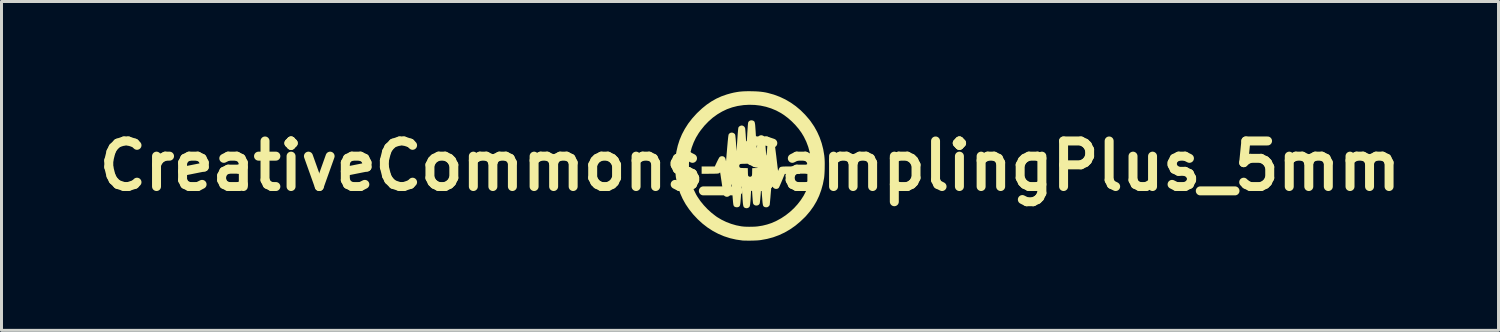
<source format=kicad_pcb>
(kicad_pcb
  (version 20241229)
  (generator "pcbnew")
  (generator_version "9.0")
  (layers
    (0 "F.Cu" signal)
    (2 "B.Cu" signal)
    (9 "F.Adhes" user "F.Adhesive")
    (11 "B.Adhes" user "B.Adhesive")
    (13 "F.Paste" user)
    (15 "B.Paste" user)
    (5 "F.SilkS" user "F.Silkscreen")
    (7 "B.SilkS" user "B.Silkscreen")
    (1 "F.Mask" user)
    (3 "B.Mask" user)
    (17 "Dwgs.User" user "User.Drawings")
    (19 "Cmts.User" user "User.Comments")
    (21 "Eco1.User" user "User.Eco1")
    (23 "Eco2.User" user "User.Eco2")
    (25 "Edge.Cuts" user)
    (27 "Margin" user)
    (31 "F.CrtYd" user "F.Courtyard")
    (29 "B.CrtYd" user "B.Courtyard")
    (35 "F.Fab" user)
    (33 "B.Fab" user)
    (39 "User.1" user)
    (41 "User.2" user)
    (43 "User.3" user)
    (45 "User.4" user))
  (footprint "CreativeCommons_SamplingPlus_5mm"
    (layer "F.Cu")
    (at 22.033 2.499)
    (property "Reference" "CreativeCommons_SamplingPlus_5mm" (at 0 0 0) (layer "F.SilkS") (effects (font (size 1.524 1.524) (thickness 0.3))))
    (attr board_only exclude_from_pos_files exclude_from_bom)
    (fp_poly (pts (xy 0.072 -2.497) (xy 0.181 -2.494) (xy 0.275 -2.489) (xy 0.36 -2.481) (xy 0.439 -2.471) (xy 0.517 -2.458) (xy 0.595 -2.441) (xy 0.797 -2.385) (xy 0.992 -2.312) (xy 1.179 -2.224) (xy 1.358 -2.119) (xy 1.529 -1.999) (xy 1.69 -1.864) (xy 1.841 -1.714) (xy 1.983 -1.55) (xy 2.028 -1.491) (xy 2.144 -1.321) (xy 2.244 -1.142) (xy 2.328 -0.956) (xy 2.396 -0.761) (xy 2.448 -0.56) (xy 2.483 -0.352) (xy 2.491 -0.271) (xy 2.495 -0.214) (xy 2.498 -0.143) (xy 2.499 -0.064) (xy 2.498 0.02) (xy 2.497 0.105) (xy 2.494 0.189) (xy 2.49 0.266) (xy 2.485 0.334) (xy 2.479 0.388) (xy 2.478 0.4) (xy 2.437 0.61) (xy 2.381 0.809) (xy 2.312 0.998) (xy 2.227 1.178) (xy 2.127 1.348) (xy 2.011 1.511) (xy 1.879 1.667) (xy 1.842 1.707) (xy 1.681 1.861) (xy 1.514 2) (xy 1.339 2.122) (xy 1.158 2.227) (xy 0.969 2.315) (xy 0.774 2.387) (xy 0.571 2.441) (xy 0.362 2.479) (xy 0.305 2.486) (xy 0.262 2.49) (xy 0.206 2.493) (xy 0.14 2.496) (xy 0.069 2.498) (xy -0.005 2.499) (xy -0.077 2.499) (xy -0.143 2.498) (xy -0.2 2.497) (xy -0.244 2.495) (xy -0.255 2.494) (xy -0.467 2.463) (xy -0.672 2.416) (xy -0.87 2.352) (xy -1.061 2.271) (xy -1.244 2.174) (xy -1.42 2.06) (xy -1.588 1.93) (xy -1.748 1.784) (xy -1.901 1.621) (xy -1.907 1.614) (xy -2.038 1.449) (xy -2.153 1.28) (xy -2.251 1.104) (xy -2.333 0.922) (xy -2.399 0.73) (xy -2.451 0.53) (xy -2.478 0.386) (xy -2.484 0.339) (xy -2.489 0.276) (xy -2.493 0.204) (xy -2.496 0.124) (xy -2.498 0.041) (xy -2.499 -0.042) (xy -2.498 -0.083) (xy -2.042 -0.083) (xy -2.042 0.097) (xy -2.026 0.276) (xy -1.994 0.453) (xy -1.946 0.626) (xy -1.882 0.794) (xy -1.803 0.955) (xy -1.755 1.036) (xy -1.657 1.179) (xy -1.543 1.318) (xy -1.418 1.45) (xy -1.284 1.571) (xy -1.145 1.679) (xy -1.1 1.711) (xy -0.954 1.798) (xy -0.797 1.874) (xy -0.632 1.937) (xy -0.464 1.986) (xy -0.295 2.019) (xy -0.236 2.026) (xy -0.178 2.031) (xy -0.107 2.034) (xy -0.029 2.035) (xy 0.052 2.034) (xy 0.131 2.032) (xy 0.202 2.028) (xy 0.259 2.022) (xy 0.261 2.022) (xy 0.422 1.996) (xy 0.571 1.959) (xy 0.714 1.912) (xy 0.856 1.851) (xy 0.886 1.836) (xy 1.043 1.75) (xy 1.194 1.65) (xy 1.336 1.538) (xy 1.468 1.416) (xy 1.588 1.285) (xy 1.696 1.146) (xy 1.79 1.002) (xy 1.867 0.854) (xy 1.9 0.777) (xy 1.953 0.627) (xy 1.995 0.468) (xy 2.026 0.299) (xy 2.029 0.277) (xy 2.033 0.232) (xy 2.037 0.173) (xy 2.039 0.105) (xy 2.04 0.03) (xy 2.04 -0.046) (xy 2.038 -0.12) (xy 2.036 -0.187) (xy 2.032 -0.243) (xy 2.029 -0.273) (xy 1.996 -0.457) (xy 1.947 -0.637) (xy 1.882 -0.81) (xy 1.802 -0.974) (xy 1.721 -1.109) (xy 1.627 -1.239) (xy 1.518 -1.366) (xy 1.399 -1.487) (xy 1.273 -1.599) (xy 1.142 -1.698) (xy 1.036 -1.767) (xy 0.876 -1.853) (xy 0.708 -1.923) (xy 0.533 -1.978) (xy 0.351 -2.017) (xy 0.166 -2.039) (xy -0.022 -2.045) (xy -0.211 -2.035) (xy -0.399 -2.007) (xy -0.418 -2.004) (xy -0.596 -1.959) (xy -0.768 -1.898) (xy -0.933 -1.819) (xy -1.092 -1.725) (xy -1.244 -1.615) (xy -1.387 -1.489) (xy -1.522 -1.349) (xy -1.647 -1.194) (xy -1.714 -1.1) (xy -1.808 -0.945) (xy -1.886 -0.782) (xy -1.949 -0.614) (xy -1.996 -0.44) (xy -2.027 -0.263) (xy -2.042 -0.083) (xy -2.498 -0.083) (xy -2.498 -0.121) (xy -2.496 -0.192) (xy -2.493 -0.251) (xy -2.491 -0.27) (xy -2.462 -0.478) (xy -2.416 -0.679) (xy -2.354 -0.873) (xy -2.275 -1.06) (xy -2.179 -1.24) (xy -2.067 -1.415) (xy -1.937 -1.584) (xy -1.79 -1.747) (xy -1.755 -1.782) (xy -1.603 -1.924) (xy -1.449 -2.049) (xy -1.29 -2.157) (xy -1.126 -2.25) (xy -0.954 -2.328) (xy -0.774 -2.391) (xy -0.645 -2.427) (xy -0.545 -2.451) (xy -0.449 -2.469) (xy -0.355 -2.483) (xy -0.258 -2.492) (xy -0.153 -2.497) (xy -0.039 -2.499)) (stroke (width 0) (type solid)) (fill yes) (layer "F.SilkS"))
    (fp_poly (pts (xy 0.082 -1.521) (xy 0.108 -1.511) (xy 0.122 -1.504) (xy 0.133 -1.496) (xy 0.143 -1.486) (xy 0.151 -1.473) (xy 0.157 -1.454) (xy 0.163 -1.428) (xy 0.169 -1.394) (xy 0.174 -1.35) (xy 0.178 -1.294) (xy 0.183 -1.225) (xy 0.189 -1.142) (xy 0.195 -1.042) (xy 0.197 -1.012) (xy 0.202 -0.927) (xy 0.207 -0.847) (xy 0.212 -0.776) (xy 0.216 -0.714) (xy 0.22 -0.663) (xy 0.223 -0.626) (xy 0.226 -0.603) (xy 0.227 -0.597) (xy 0.229 -0.607) (xy 0.232 -0.632) (xy 0.237 -0.67) (xy 0.241 -0.717) (xy 0.246 -0.771) (xy 0.246 -0.776) (xy 0.252 -0.844) (xy 0.258 -0.896) (xy 0.264 -0.935) (xy 0.272 -0.964) (xy 0.282 -0.984) (xy 0.295 -0.999) (xy 0.312 -1.01) (xy 0.319 -1.014) (xy 0.36 -1.026) (xy 0.402 -1.024) (xy 0.442 -1.009) (xy 0.474 -0.983) (xy 0.485 -0.966) (xy 0.49 -0.948) (xy 0.496 -0.912) (xy 0.502 -0.858) (xy 0.509 -0.786) (xy 0.516 -0.696) (xy 0.517 -0.682) (xy 0.524 -0.585) (xy 0.53 -0.506) (xy 0.535 -0.443) (xy 0.54 -0.397) (xy 0.543 -0.367) (xy 0.546 -0.352) (xy 0.549 -0.352) (xy 0.553 -0.365) (xy 0.556 -0.393) (xy 0.56 -0.433) (xy 0.564 -0.485) (xy 0.569 -0.54) (xy 0.575 -0.616) (xy 0.581 -0.677) (xy 0.587 -0.724) (xy 0.593 -0.759) (xy 0.6 -0.785) (xy 0.609 -0.803) (xy 0.621 -0.817) (xy 0.635 -0.828) (xy 0.653 -0.838) (xy 0.655 -0.839) (xy 0.696 -0.851) (xy 0.738 -0.849) (xy 0.776 -0.832) (xy 0.806 -0.804) (xy 0.813 -0.793) (xy 0.817 -0.778) (xy 0.822 -0.746) (xy 0.83 -0.699) (xy 0.839 -0.638) (xy 0.848 -0.564) (xy 0.859 -0.478) (xy 0.871 -0.381) (xy 0.877 -0.336) (xy 0.887 -0.248) (xy 0.897 -0.165) (xy 0.906 -0.088) (xy 0.914 -0.02) (xy 0.921 0.039) (xy 0.927 0.084) (xy 0.931 0.116) (xy 0.933 0.131) (xy 0.939 0.167) (xy 0.958 0.121) (xy 0.969 0.095) (xy 0.979 0.074) (xy 0.991 0.058) (xy 1.005 0.044) (xy 1.024 0.035) (xy 1.05 0.028) (xy 1.084 0.023) (xy 1.129 0.02) (xy 1.186 0.019) (xy 1.258 0.018) (xy 1.345 0.018) (xy 1.363 0.018) (xy 1.673 0.018) (xy 1.673 0.263) (xy 1.163 0.268) (xy 1.069 0.493) (xy 1.044 0.554) (xy 1.019 0.61) (xy 0.998 0.659) (xy 0.98 0.697) (xy 0.966 0.724) (xy 0.959 0.736) (xy 0.927 0.759) (xy 0.887 0.769) (xy 0.845 0.766) (xy 0.805 0.75) (xy 0.791 0.74) (xy 0.774 0.721) (xy 0.761 0.697) (xy 0.752 0.665) (xy 0.745 0.619) (xy 0.74 0.579) (xy 0.737 0.546) (xy 0.734 0.523) (xy 0.731 0.512) (xy 0.731 0.512) (xy 0.729 0.521) (xy 0.726 0.547) (xy 0.722 0.587) (xy 0.718 0.64) (xy 0.712 0.703) (xy 0.706 0.775) (xy 0.699 0.854) (xy 0.695 0.9) (xy 0.688 0.982) (xy 0.682 1.06) (xy 0.675 1.13) (xy 0.67 1.191) (xy 0.665 1.242) (xy 0.661 1.279) (xy 0.659 1.301) (xy 0.658 1.306) (xy 0.645 1.329) (xy 0.622 1.354) (xy 0.594 1.373) (xy 0.568 1.383) (xy 0.566 1.383) (xy 0.522 1.382) (xy 0.492 1.376) (xy 0.475 1.367) (xy 0.462 1.359) (xy 0.452 1.349) (xy 0.443 1.337) (xy 0.436 1.32) (xy 0.43 1.297) (xy 0.425 1.266) (xy 0.419 1.224) (xy 0.414 1.17) (xy 0.409 1.102) (xy 0.402 1.019) (xy 0.4 0.997) (xy 0.377 0.686) (xy 0.356 0.959) (xy 0.349 1.034) (xy 0.343 1.102) (xy 0.337 1.161) (xy 0.332 1.209) (xy 0.327 1.242) (xy 0.323 1.261) (xy 0.322 1.261) (xy 0.3 1.294) (xy 0.268 1.315) (xy 0.23 1.325) (xy 0.19 1.324) (xy 0.153 1.312) (xy 0.122 1.288) (xy 0.105 1.261) (xy 0.101 1.243) (xy 0.096 1.209) (xy 0.091 1.158) (xy 0.086 1.093) (xy 0.08 1.015) (xy 0.074 0.925) (xy 0.073 0.914) (xy 0.069 0.84) (xy 0.064 0.772) (xy 0.06 0.712) (xy 0.057 0.662) (xy 0.054 0.624) (xy 0.052 0.601) (xy 0.051 0.594) (xy 0.05 0.602) (xy 0.049 0.627) (xy 0.046 0.666) (xy 0.043 0.717) (xy 0.039 0.779) (xy 0.034 0.849) (xy 0.03 0.926) (xy 0.028 0.953) (xy 0.023 1.049) (xy 0.018 1.129) (xy 0.013 1.194) (xy 0.008 1.246) (xy 0.004 1.287) (xy -0.002 1.319) (xy -0.008 1.342) (xy -0.015 1.36) (xy -0.023 1.373) (xy -0.034 1.383) (xy -0.046 1.393) (xy -0.046 1.393) (xy -0.085 1.411) (xy -0.128 1.415) (xy -0.169 1.404) (xy -0.172 1.402) (xy -0.187 1.393) (xy -0.2 1.383) (xy -0.21 1.371) (xy -0.218 1.354) (xy -0.225 1.332) (xy -0.231 1.301) (xy -0.237 1.26) (xy -0.242 1.208) (xy -0.247 1.142) (xy -0.252 1.061) (xy -0.256 0.998) (xy -0.261 0.923) (xy -0.265 0.855) (xy -0.269 0.795) (xy -0.273 0.745) (xy -0.276 0.707) (xy -0.278 0.684) (xy -0.279 0.676) (xy -0.281 0.686) (xy -0.283 0.711) (xy -0.286 0.751) (xy -0.29 0.802) (xy -0.294 0.863) (xy -0.299 0.932) (xy -0.303 0.994) (xy -0.309 1.082) (xy -0.315 1.153) (xy -0.319 1.21) (xy -0.324 1.255) (xy -0.329 1.289) (xy -0.335 1.314) (xy -0.341 1.333) (xy -0.35 1.346) (xy -0.359 1.356) (xy -0.371 1.365) (xy -0.377 1.369) (xy -0.407 1.38) (xy -0.445 1.383) (xy -0.483 1.378) (xy -0.507 1.368) (xy -0.521 1.36) (xy -0.532 1.351) (xy -0.541 1.34) (xy -0.548 1.324) (xy -0.555 1.303) (xy -0.56 1.274) (xy -0.565 1.236) (xy -0.57 1.187) (xy -0.575 1.124) (xy -0.581 1.047) (xy -0.588 0.958) (xy -0.593 0.881) (xy -0.599 0.809) (xy -0.604 0.745) (xy -0.608 0.691) (xy -0.612 0.648) (xy -0.615 0.62) (xy -0.618 0.607) (xy -0.618 0.607) (xy -0.62 0.613) (xy -0.624 0.635) (xy -0.628 0.67) (xy -0.633 0.714) (xy -0.638 0.767) (xy -0.638 0.771) (xy -0.643 0.832) (xy -0.649 0.885) (xy -0.655 0.928) (xy -0.661 0.957) (xy -0.665 0.968) (xy -0.69 1.002) (xy -0.725 1.024) (xy -0.764 1.033) (xy -0.805 1.029) (xy -0.841 1.013) (xy -0.871 0.983) (xy -0.874 0.977) (xy -0.88 0.96) (xy -0.888 0.929) (xy -0.897 0.881) (xy -0.908 0.817) (xy -0.921 0.736) (xy -0.936 0.638) (xy -0.941 0.604) (xy -0.952 0.526) (xy -0.963 0.454) (xy -0.973 0.388) (xy -0.981 0.332) (xy -0.988 0.287) (xy -0.993 0.255) (xy -0.996 0.239) (xy -0.996 0.239) (xy -1 0.218) (xy -1.028 0.239) (xy -1.037 0.244) (xy -1.045 0.249) (xy -1.057 0.252) (xy -1.074 0.255) (xy -1.097 0.257) (xy -1.129 0.259) (xy -1.173 0.26) (xy -1.229 0.261) (xy -1.301 0.261) (xy -1.337 0.262) (xy -1.618 0.264) (xy -1.618 0.018) (xy -1.398 0.018) (xy -1.177 0.018) (xy -1.162 -0.015) (xy -0.361 -0.015) (xy -0.36 0.019) (xy -0.346 0.047) (xy -0.338 0.055) (xy -0.329 0.061) (xy -0.314 0.065) (xy -0.292 0.068) (xy -0.258 0.07) (xy -0.209 0.071) (xy -0.202 0.071) (xy -0.074 0.074) (xy -0.071 0.201) (xy -0.07 0.252) (xy -0.068 0.288) (xy -0.066 0.312) (xy -0.062 0.327) (xy -0.056 0.337) (xy -0.048 0.345) (xy -0.047 0.346) (xy -0.022 0.359) (xy 0 0.364) (xy 0.026 0.358) (xy 0.047 0.346) (xy 0.055 0.338) (xy 0.061 0.329) (xy 0.065 0.314) (xy 0.068 0.292) (xy 0.07 0.258) (xy 0.071 0.209) (xy 0.071 0.201) (xy 0.074 0.074) (xy 0.201 0.071) (xy 0.252 0.07) (xy 0.288 0.068) (xy 0.312 0.066) (xy 0.327 0.062) (xy 0.337 0.056) (xy 0.345 0.048) (xy 0.346 0.047) (xy 0.361 0.015) (xy 0.36 -0.019) (xy 0.346 -0.047) (xy 0.338 -0.055) (xy 0.329 -0.061) (xy 0.314 -0.065) (xy 0.292 -0.068) (xy 0.258 -0.07) (xy 0.209 -0.071) (xy 0.201 -0.071) (xy 0.074 -0.074) (xy 0.071 -0.202) (xy 0.07 -0.252) (xy 0.068 -0.288) (xy 0.066 -0.312) (xy 0.062 -0.327) (xy 0.056 -0.337) (xy 0.048 -0.345) (xy 0.047 -0.346) (xy 0.022 -0.359) (xy 0 -0.364) (xy -0.026 -0.358) (xy -0.047 -0.346) (xy -0.055 -0.338) (xy -0.061 -0.329) (xy -0.065 -0.314) (xy -0.068 -0.292) (xy -0.07 -0.258) (xy -0.071 -0.209) (xy -0.071 -0.202) (xy -0.074 -0.074) (xy -0.202 -0.071) (xy -0.252 -0.07) (xy -0.288 -0.068) (xy -0.312 -0.066) (xy -0.327 -0.062) (xy -0.337 -0.056) (xy -0.345 -0.048) (xy -0.346 -0.047) (xy -0.361 -0.015) (xy -1.162 -0.015) (xy -1.109 -0.128) (xy -1.085 -0.177) (xy -1.062 -0.222) (xy -1.042 -0.259) (xy -1.025 -0.286) (xy -1.017 -0.297) (xy -0.984 -0.317) (xy -0.944 -0.326) (xy -0.904 -0.322) (xy -0.886 -0.316) (xy -0.854 -0.294) (xy -0.832 -0.267) (xy -0.818 -0.228) (xy -0.813 -0.202) (xy -0.807 -0.175) (xy -0.803 -0.162) (xy -0.801 -0.163) (xy -0.801 -0.165) (xy -0.8 -0.179) (xy -0.798 -0.208) (xy -0.794 -0.253) (xy -0.789 -0.309) (xy -0.784 -0.376) (xy -0.777 -0.452) (xy -0.77 -0.534) (xy -0.764 -0.608) (xy -0.754 -0.718) (xy -0.746 -0.81) (xy -0.738 -0.886) (xy -0.732 -0.947) (xy -0.726 -0.994) (xy -0.721 -1.027) (xy -0.716 -1.048) (xy -0.714 -1.055) (xy -0.687 -1.088) (xy -0.652 -1.108) (xy -0.612 -1.115) (xy -0.571 -1.109) (xy -0.533 -1.089) (xy -0.506 -1.062) (xy -0.501 -1.053) (xy -0.497 -1.041) (xy -0.492 -1.022) (xy -0.489 -0.995) (xy -0.485 -0.959) (xy -0.48 -0.91) (xy -0.475 -0.848) (xy -0.469 -0.769) (xy -0.469 -0.767) (xy -0.45 -0.495) (xy -0.425 -0.876) (xy -0.417 -0.985) (xy -0.411 -1.076) (xy -0.404 -1.151) (xy -0.399 -1.209) (xy -0.394 -1.251) (xy -0.389 -1.278) (xy -0.387 -1.287) (xy -0.366 -1.315) (xy -0.334 -1.337) (xy -0.296 -1.35) (xy -0.258 -1.35) (xy -0.22 -1.335) (xy -0.188 -1.308) (xy -0.167 -1.273) (xy -0.165 -1.265) (xy -0.162 -1.248) (xy -0.158 -1.215) (xy -0.154 -1.169) (xy -0.15 -1.113) (xy -0.145 -1.049) (xy -0.141 -0.98) (xy -0.14 -0.964) (xy -0.135 -0.89) (xy -0.13 -0.828) (xy -0.126 -0.779) (xy -0.122 -0.744) (xy -0.119 -0.725) (xy -0.117 -0.723) (xy -0.117 -0.723) (xy -0.115 -0.738) (xy -0.112 -0.769) (xy -0.108 -0.814) (xy -0.104 -0.87) (xy -0.1 -0.936) (xy -0.095 -1.009) (xy -0.091 -1.086) (xy -0.091 -1.091) (xy -0.084 -1.195) (xy -0.078 -1.282) (xy -0.073 -1.353) (xy -0.068 -1.407) (xy -0.063 -1.443) (xy -0.059 -1.461) (xy -0.036 -1.494) (xy -0.002 -1.516) (xy 0.039 -1.526)) (stroke (width 0) (type solid)) (fill yes) (layer "F.SilkS")))
  (gr_rect
    (start -3 -3)
    (end 47.065 7.998)
    (stroke (width 0.1) (type default))
    (fill no)
    (layer "Edge.Cuts")))
</source>
